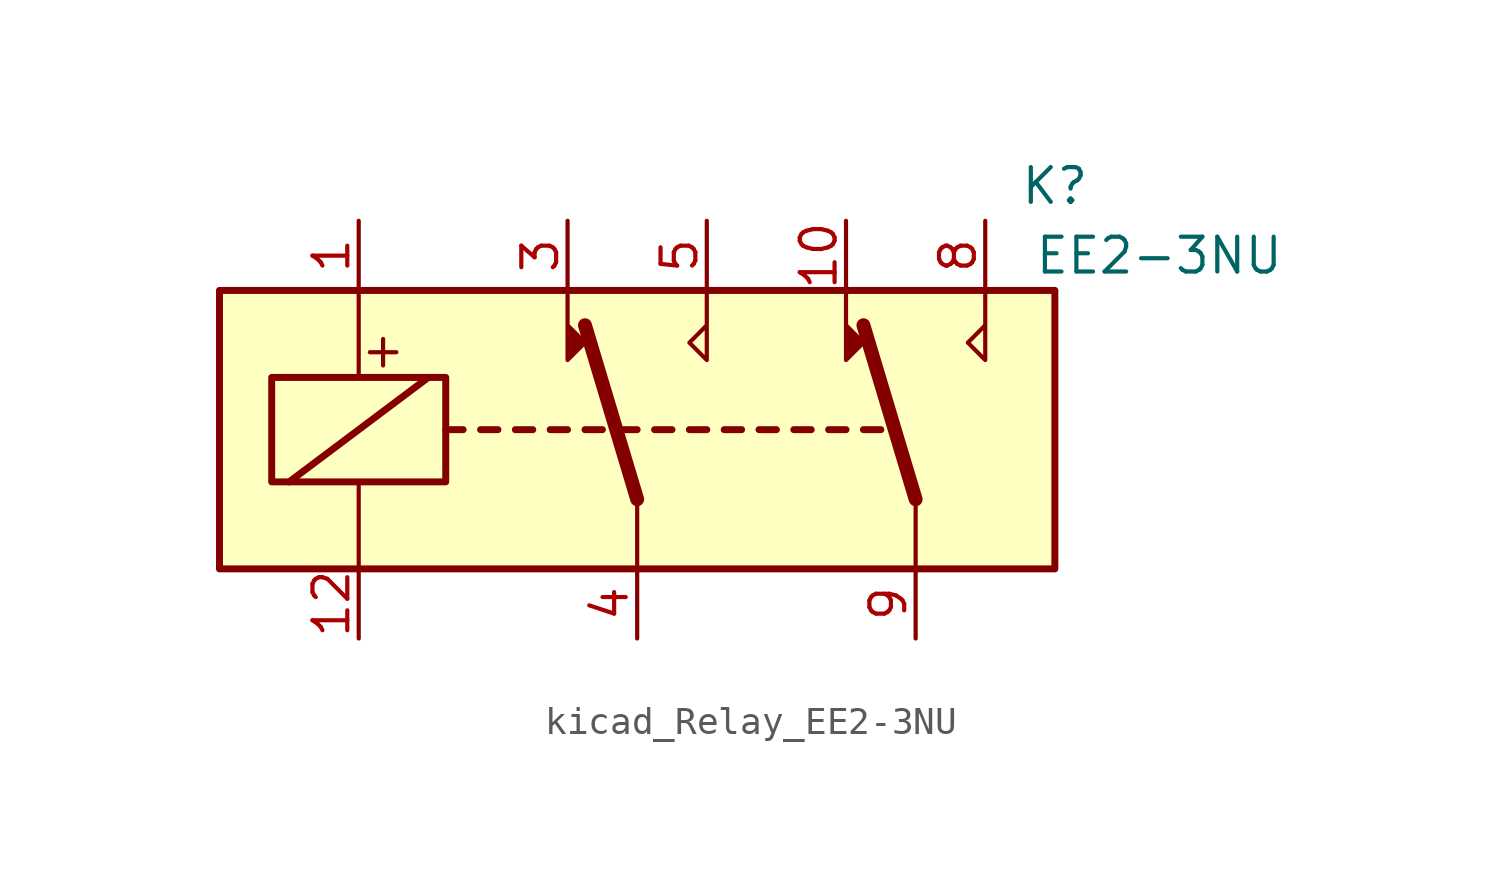
<source format=kicad_sym>
(kicad_symbol_lib
  (version 20220914)
  (generator kicad_symbol_editor)
  (symbol "kicad_Relay_EE2-3NU"
    (property "Reference" "K"
      (at 15.24 8.89 0)
      (effects (font (size 1.27 1.27))))
    (property "Value" "EE2-3NU"
      (at 19.05 6.35 0)
      (effects (font (size 1.27 1.27))))
    (symbol "kicad_Relay_EE2-3NU_1_1"
      (rectangle (start -15.24 5.08) (end 15.24 -5.08) (stroke (width 0.254) (type default)) (fill (type background)))
      (rectangle (start -13.335 1.905) (end -6.985 -1.905) (stroke (width 0.254) (type default)) (fill (type none)))
      (polyline (pts (xy -12.7 -1.905) (xy -7.62 1.905)) (stroke (width 0.254) (type default)) (fill (type none)))
      (polyline (pts (xy -10.16 -5.08) (xy -10.16 -1.905)) (stroke (width 0) (type default)) (fill (type none)))
      (polyline (pts (xy -10.16 5.08) (xy -10.16 1.905)) (stroke (width 0) (type default)) (fill (type none)))
      (polyline (pts (xy -6.985 0) (xy -6.35 0)) (stroke (width 0.254) (type default)) (fill (type none)))
      (polyline (pts (xy -5.715 0) (xy -5.08 0)) (stroke (width 0.254) (type default)) (fill (type none)))
      (polyline (pts (xy -4.445 0) (xy -3.81 0)) (stroke (width 0.254) (type default)) (fill (type none)))
      (polyline (pts (xy -3.175 0) (xy -2.54 0)) (stroke (width 0.254) (type default)) (fill (type none)))
      (polyline (pts (xy -1.905 0) (xy -1.27 0)) (stroke (width 0.254) (type default)) (fill (type none)))
      (polyline (pts (xy -0.635 0) (xy 0 0)) (stroke (width 0.254) (type default)) (fill (type none)))
      (polyline (pts (xy 0 -2.54) (xy -1.905 3.81)) (stroke (width 0.508) (type default)) (fill (type none)))
      (polyline (pts (xy 0 -2.54) (xy 0 -5.08)) (stroke (width 0) (type default)) (fill (type none)))
      (polyline (pts (xy 0.635 0) (xy 1.27 0)) (stroke (width 0.254) (type default)) (fill (type none)))
      (polyline (pts (xy 1.905 0) (xy 2.54 0)) (stroke (width 0.254) (type default)) (fill (type none)))
      (polyline (pts (xy 3.175 0) (xy 3.81 0)) (stroke (width 0.254) (type default)) (fill (type none)))
      (polyline (pts (xy 4.445 0) (xy 5.08 0)) (stroke (width 0.254) (type default)) (fill (type none)))
      (polyline (pts (xy 5.715 0) (xy 6.35 0)) (stroke (width 0.254) (type default)) (fill (type none)))
      (polyline (pts (xy 6.985 0) (xy 7.62 0)) (stroke (width 0.254) (type default)) (fill (type none)))
      (polyline (pts (xy 8.255 0) (xy 8.89 0)) (stroke (width 0.254) (type default)) (fill (type none)))
      (polyline (pts (xy 10.16 -2.54) (xy 8.255 3.81)) (stroke (width 0.508) (type default)) (fill (type none)))
      (polyline (pts (xy 10.16 -2.54) (xy 10.16 -5.08)) (stroke (width 0) (type default)) (fill (type none)))
      (polyline (pts (xy -2.54 5.08) (xy -2.54 2.54) (xy -1.905 3.175) (xy -2.54 3.81)) (stroke (width 0) (type default)) (fill (type outline)))
      (polyline (pts (xy 2.54 5.08) (xy 2.54 2.54) (xy 1.905 3.175) (xy 2.54 3.81)) (stroke (width 0) (type default)) (fill (type none)))
      (polyline (pts (xy 7.62 5.08) (xy 7.62 2.54) (xy 8.255 3.175) (xy 7.62 3.81)) (stroke (width 0) (type default)) (fill (type outline)))
      (polyline (pts (xy 12.7 5.08) (xy 12.7 2.54) (xy 12.065 3.175) (xy 12.7 3.81)) (stroke (width 0) (type default)) (fill (type none)))
      (text "+" (at -9.271 2.921 0) (effects (font (size 1.27 1.27))))
      (pin passive line (at -10.16 7.62 270) (length 2.54) (name "~" (effects (font (size 1.27 1.27)))) (number "1" (effects (font (size 1.27 1.27)))))
      (pin passive line (at 7.62 7.62 270) (length 2.54) (name "~" (effects (font (size 1.27 1.27)))) (number "10" (effects (font (size 1.27 1.27)))))
      (pin passive line (at -10.16 -7.62 90) (length 2.54) (name "~" (effects (font (size 1.27 1.27)))) (number "12" (effects (font (size 1.27 1.27)))))
      (pin passive line (at -2.54 7.62 270) (length 2.54) (name "~" (effects (font (size 1.27 1.27)))) (number "3" (effects (font (size 1.27 1.27)))))
      (pin passive line (at 0 -7.62 90) (length 2.54) (name "~" (effects (font (size 1.27 1.27)))) (number "4" (effects (font (size 1.27 1.27)))))
      (pin passive line (at 2.54 7.62 270) (length 2.54) (name "~" (effects (font (size 1.27 1.27)))) (number "5" (effects (font (size 1.27 1.27)))))
      (pin passive line (at 12.7 7.62 270) (length 2.54) (name "~" (effects (font (size 1.27 1.27)))) (number "8" (effects (font (size 1.27 1.27)))))
      (pin passive line (at 10.16 -7.62 90) (length 2.54) (name "~" (effects (font (size 1.27 1.27)))) (number "9" (effects (font (size 1.27 1.27))))))))
</source>
